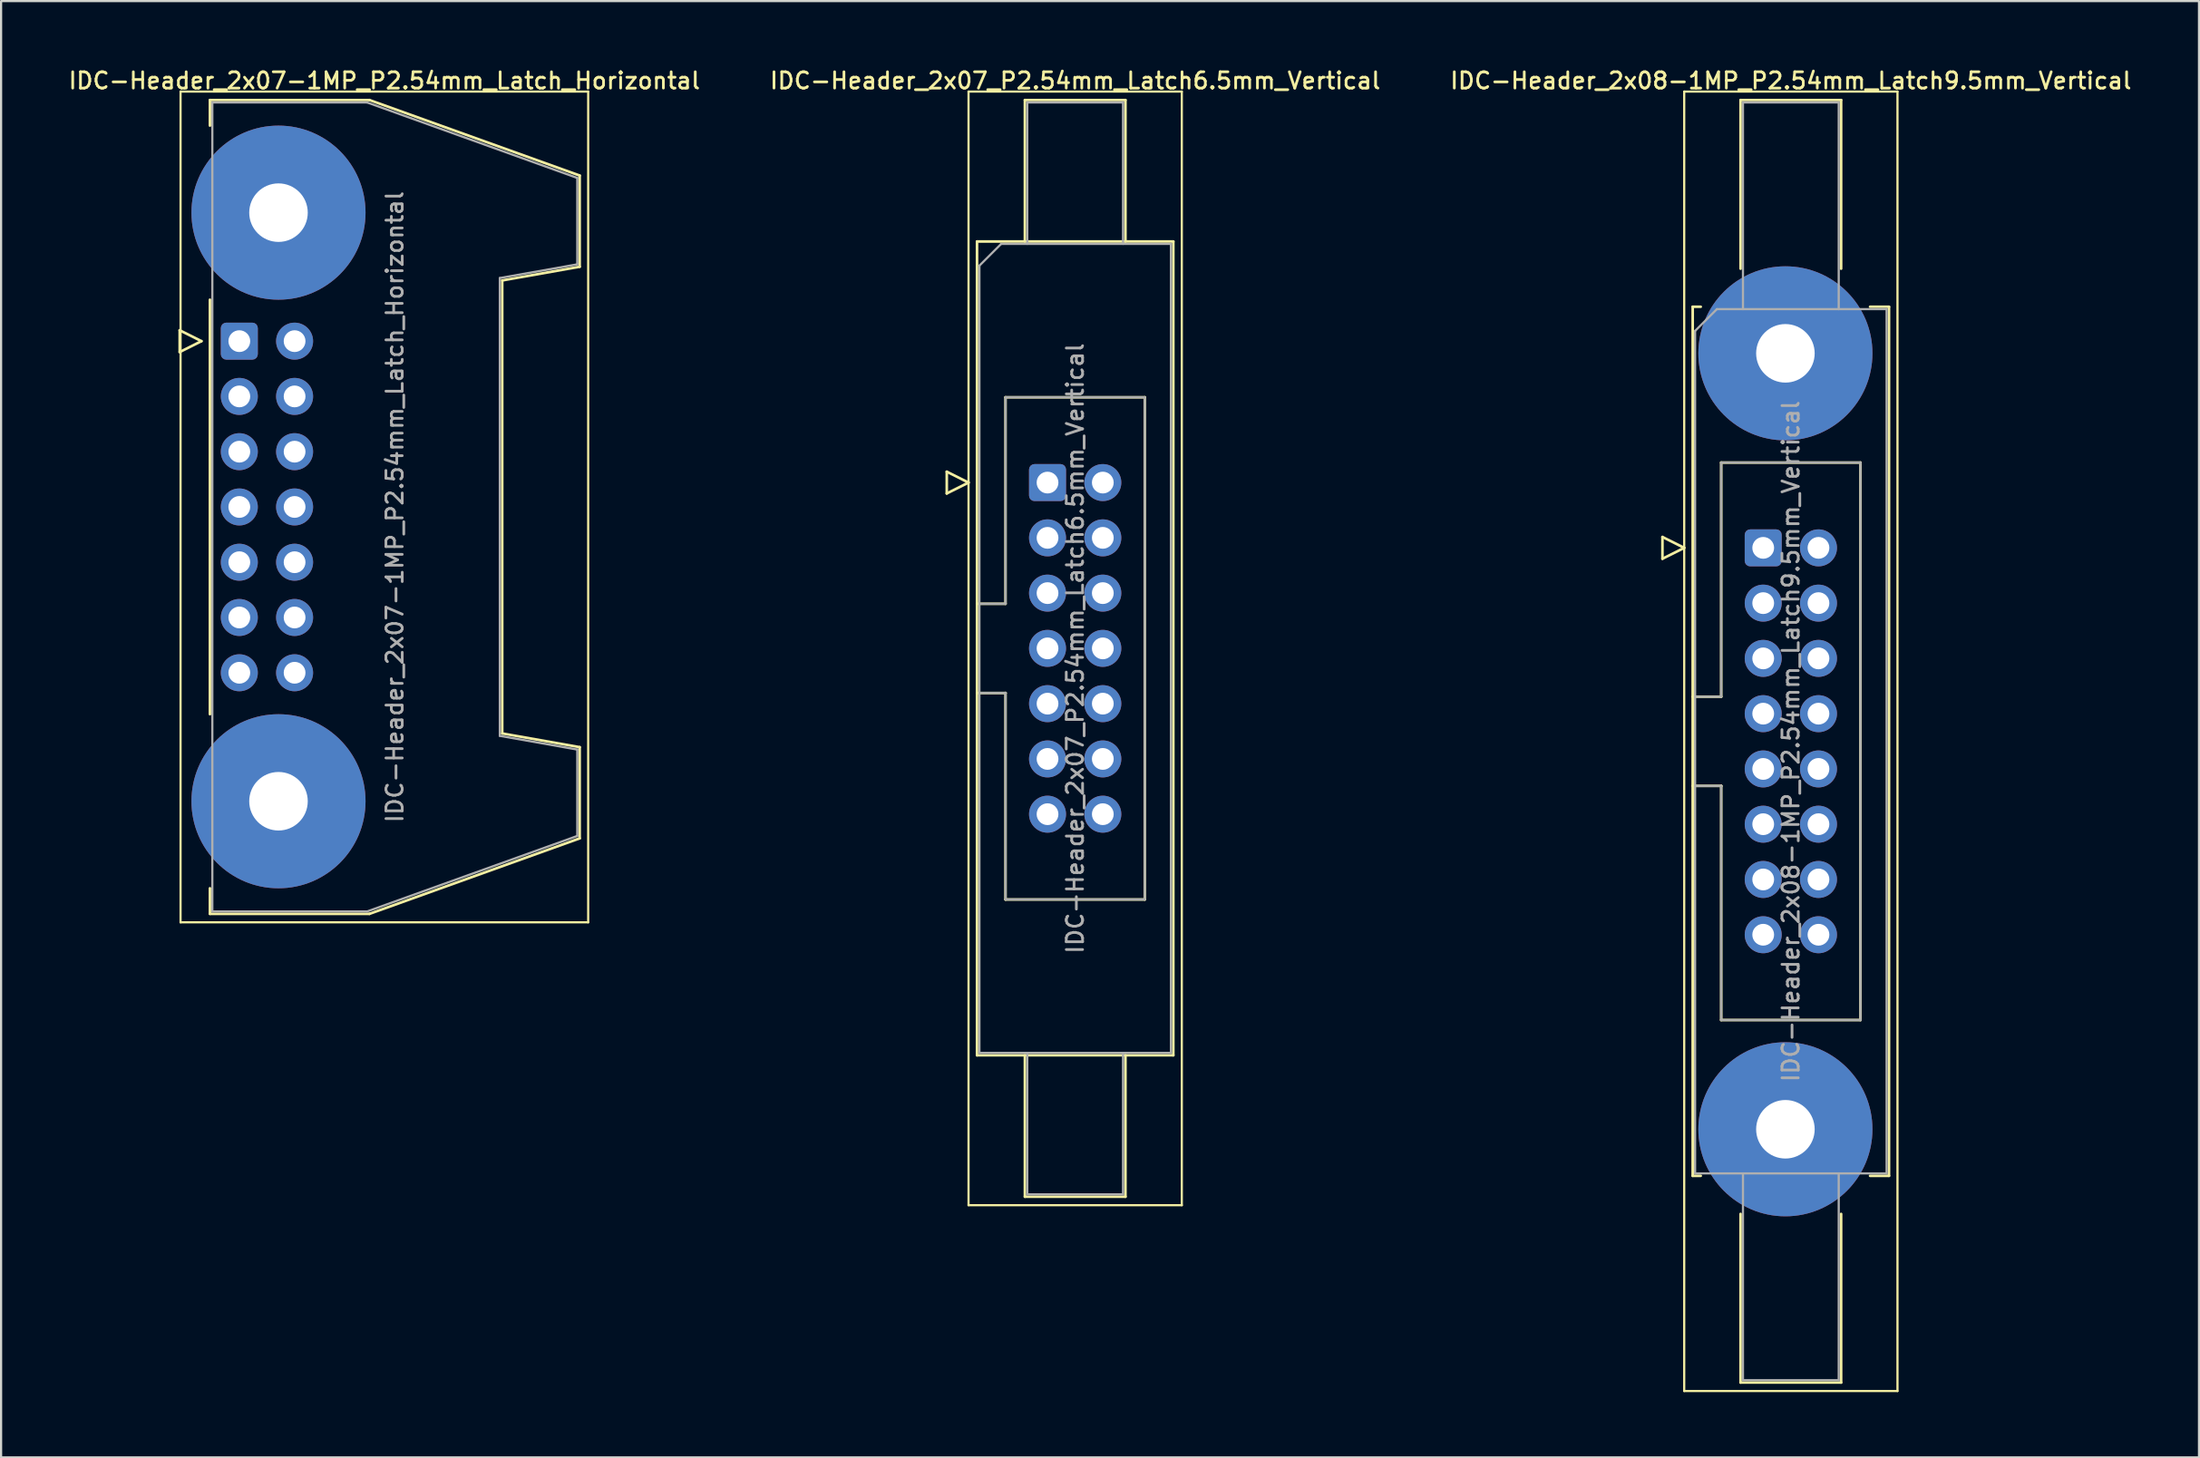
<source format=kicad_pcb>
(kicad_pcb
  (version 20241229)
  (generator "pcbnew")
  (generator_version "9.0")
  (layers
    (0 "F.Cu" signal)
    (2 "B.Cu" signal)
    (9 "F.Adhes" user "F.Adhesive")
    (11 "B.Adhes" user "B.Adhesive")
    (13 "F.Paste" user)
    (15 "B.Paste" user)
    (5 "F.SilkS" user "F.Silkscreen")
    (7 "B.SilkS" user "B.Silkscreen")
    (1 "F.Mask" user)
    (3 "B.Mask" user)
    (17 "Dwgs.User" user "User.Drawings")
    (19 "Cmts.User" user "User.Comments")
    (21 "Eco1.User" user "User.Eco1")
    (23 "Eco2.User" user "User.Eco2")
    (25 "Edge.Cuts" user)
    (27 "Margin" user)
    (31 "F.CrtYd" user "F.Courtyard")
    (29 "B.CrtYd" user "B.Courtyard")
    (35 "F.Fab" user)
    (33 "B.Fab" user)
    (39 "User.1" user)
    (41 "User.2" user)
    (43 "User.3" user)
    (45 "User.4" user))
  (footprint "IDC-Header_2x08-1MP_P2.54mm_Latch9.5mm_Vertical"
    (layer "F.Cu")
    (at 77.971 22.128)
    (property "Reference" "IDC-Header_2x08-1MP_P2.54mm_Latch9.5mm_Vertical" (at 1.27 -21.47 0) (layer "F.SilkS") (effects (font (size 0.75 0.75) (thickness 0.125))))
    (attr through_hole)
    (fp_line (start -4.63 -0.5) (end -4.63 0.5) (stroke (width 0.12) (type solid)) (layer "F.SilkS"))
    (fp_line (start -4.63 0.5) (end -3.63 0) (stroke (width 0.12) (type solid)) (layer "F.SilkS"))
    (fp_line (start -3.63 -20.97) (end -3.63 38.75) (stroke (width 0.1) (type solid)) (layer "F.SilkS"))
    (fp_line (start -3.63 0) (end -4.63 -0.5) (stroke (width 0.12) (type solid)) (layer "F.SilkS"))
    (fp_line (start -3.63 38.75) (end 6.17 38.75) (stroke (width 0.1) (type solid)) (layer "F.SilkS"))
    (fp_line (start -3.24 -11.08) (end -3.24 28.86) (stroke (width 0.12) (type solid)) (layer "F.SilkS"))
    (fp_line (start -3.24 6.84) (end -1.93 6.84) (stroke (width 0.12) (type solid)) (layer "F.SilkS"))
    (fp_line (start -3.24 28.86) (end -2.87 28.86) (stroke (width 0.12) (type solid)) (layer "F.SilkS"))
    (fp_line (start -2.87 -11.08) (end -3.24 -11.08) (stroke (width 0.12) (type solid)) (layer "F.SilkS"))
    (fp_line (start -1.93 -3.92) (end 4.47 -3.92) (stroke (width 0.12) (type solid)) (layer "F.SilkS"))
    (fp_line (start -1.93 6.84) (end -1.93 -3.92) (stroke (width 0.12) (type solid)) (layer "F.SilkS"))
    (fp_line (start -1.93 10.94) (end -3.24 10.94) (stroke (width 0.12) (type solid)) (layer "F.SilkS"))
    (fp_line (start -1.93 10.94) (end -1.93 10.94) (stroke (width 0.12) (type solid)) (layer "F.SilkS"))
    (fp_line (start -1.93 21.7) (end -1.93 10.94) (stroke (width 0.12) (type solid)) (layer "F.SilkS"))
    (fp_line (start -1.04 -20.58) (end 3.58 -20.58) (stroke (width 0.12) (type solid)) (layer "F.SilkS"))
    (fp_line (start -1.04 -12.83) (end -1.04 -20.58) (stroke (width 0.12) (type solid)) (layer "F.SilkS"))
    (fp_line (start -1.04 30.61) (end -1.04 38.36) (stroke (width 0.12) (type solid)) (layer "F.SilkS"))
    (fp_line (start -1.04 38.36) (end 3.58 38.36) (stroke (width 0.12) (type solid)) (layer "F.SilkS"))
    (fp_line (start 3.58 -20.58) (end 3.58 -12.83) (stroke (width 0.12) (type solid)) (layer "F.SilkS"))
    (fp_line (start 3.58 38.36) (end 3.58 30.61) (stroke (width 0.12) (type solid)) (layer "F.SilkS"))
    (fp_line (start 4.47 -3.92) (end 4.47 21.7) (stroke (width 0.12) (type solid)) (layer "F.SilkS"))
    (fp_line (start 4.47 21.7) (end -1.93 21.7) (stroke (width 0.12) (type solid)) (layer "F.SilkS"))
    (fp_line (start 4.91 -11.08) (end 5.78 -11.08) (stroke (width 0.12) (type solid)) (layer "F.SilkS"))
    (fp_line (start 5.78 -11.08) (end 5.78 28.86) (stroke (width 0.12) (type solid)) (layer "F.SilkS"))
    (fp_line (start 5.78 28.86) (end 4.91 28.86) (stroke (width 0.12) (type solid)) (layer "F.SilkS"))
    (fp_line (start 6.17 -20.97) (end -3.63 -20.97) (stroke (width 0.1) (type solid)) (layer "F.SilkS"))
    (fp_line (start 6.17 38.75) (end 6.17 -20.97) (stroke (width 0.1) (type solid)) (layer "F.SilkS"))
    (fp_line (start -3.13 -9.97) (end -2.13 -10.97) (stroke (width 0.1) (type solid)) (layer "F.Fab"))
    (fp_line (start -3.13 6.84) (end -1.93 6.84) (stroke (width 0.1) (type solid)) (layer "F.Fab"))
    (fp_line (start -3.13 28.75) (end -3.13 -9.97) (stroke (width 0.1) (type solid)) (layer "F.Fab"))
    (fp_line (start -2.13 -10.97) (end 5.67 -10.97) (stroke (width 0.1) (type solid)) (layer "F.Fab"))
    (fp_line (start -1.93 -3.92) (end 4.47 -3.92) (stroke (width 0.1) (type solid)) (layer "F.Fab"))
    (fp_line (start -1.93 6.84) (end -1.93 -3.92) (stroke (width 0.1) (type solid)) (layer "F.Fab"))
    (fp_line (start -1.93 10.94) (end -3.13 10.94) (stroke (width 0.1) (type solid)) (layer "F.Fab"))
    (fp_line (start -1.93 10.94) (end -1.93 10.94) (stroke (width 0.1) (type solid)) (layer "F.Fab"))
    (fp_line (start -1.93 21.7) (end -1.93 10.94) (stroke (width 0.1) (type solid)) (layer "F.Fab"))
    (fp_line (start -0.93 -20.47) (end 3.47 -20.47) (stroke (width 0.1) (type solid)) (layer "F.Fab"))
    (fp_line (start -0.93 -10.97) (end -0.93 -20.47) (stroke (width 0.1) (type solid)) (layer "F.Fab"))
    (fp_line (start -0.93 28.75) (end -0.93 38.25) (stroke (width 0.1) (type solid)) (layer "F.Fab"))
    (fp_line (start -0.93 38.25) (end 3.47 38.25) (stroke (width 0.1) (type solid)) (layer "F.Fab"))
    (fp_line (start 3.47 -20.47) (end 3.47 -10.97) (stroke (width 0.1) (type solid)) (layer "F.Fab"))
    (fp_line (start 3.47 38.25) (end 3.47 28.75) (stroke (width 0.1) (type solid)) (layer "F.Fab"))
    (fp_line (start 4.47 -3.92) (end 4.47 21.7) (stroke (width 0.1) (type solid)) (layer "F.Fab"))
    (fp_line (start 4.47 21.7) (end -1.93 21.7) (stroke (width 0.1) (type solid)) (layer "F.Fab"))
    (fp_line (start 5.67 -10.97) (end 5.67 28.75) (stroke (width 0.1) (type solid)) (layer "F.Fab"))
    (fp_line (start 5.67 28.75) (end -3.13 28.75) (stroke (width 0.1) (type solid)) (layer "F.Fab"))
    (fp_text user "${REFERENCE}" (at 1.27 8.89 90) (layer "F.Fab") (effects (font (size 0.75 0.75) (thickness 0.125))))
    (pad "1" thru_hole roundrect (at 0 0) (size 1.7 1.7) (drill 1) (layers "*.Cu" "*.Mask") (roundrect_rratio 0.147))
    (pad "2" thru_hole circle (at 2.54 0) (size 1.7 1.7) (drill 1) (layers "*.Cu" "*.Mask"))
    (pad "3" thru_hole circle (at 0 2.54) (size 1.7 1.7) (drill 1) (layers "*.Cu" "*.Mask"))
    (pad "4" thru_hole circle (at 2.54 2.54) (size 1.7 1.7) (drill 1) (layers "*.Cu" "*.Mask"))
    (pad "5" thru_hole circle (at 0 5.08) (size 1.7 1.7) (drill 1) (layers "*.Cu" "*.Mask"))
    (pad "6" thru_hole circle (at 2.54 5.08) (size 1.7 1.7) (drill 1) (layers "*.Cu" "*.Mask"))
    (pad "7" thru_hole circle (at 0 7.62) (size 1.7 1.7) (drill 1) (layers "*.Cu" "*.Mask"))
    (pad "8" thru_hole circle (at 2.54 7.62) (size 1.7 1.7) (drill 1) (layers "*.Cu" "*.Mask"))
    (pad "9" thru_hole circle (at 0 10.16) (size 1.7 1.7) (drill 1) (layers "*.Cu" "*.Mask"))
    (pad "10" thru_hole circle (at 2.54 10.16) (size 1.7 1.7) (drill 1) (layers "*.Cu" "*.Mask"))
    (pad "11" thru_hole circle (at 0 12.7) (size 1.7 1.7) (drill 1) (layers "*.Cu" "*.Mask"))
    (pad "12" thru_hole circle (at 2.54 12.7) (size 1.7 1.7) (drill 1) (layers "*.Cu" "*.Mask"))
    (pad "13" thru_hole circle (at 0 15.24) (size 1.7 1.7) (drill 1) (layers "*.Cu" "*.Mask"))
    (pad "14" thru_hole circle (at 2.54 15.24) (size 1.7 1.7) (drill 1) (layers "*.Cu" "*.Mask"))
    (pad "15" thru_hole circle (at 0 17.78) (size 1.7 1.7) (drill 1) (layers "*.Cu" "*.Mask"))
    (pad "16" thru_hole circle (at 2.54 17.78) (size 1.7 1.7) (drill 1) (layers "*.Cu" "*.Mask"))
    (pad "MP" thru_hole circle (at 1.02 -8.94) (size 8 8) (drill 2.69) (layers "*.Cu" "*.Mask"))
    (pad "MP" thru_hole circle (at 1.02 26.72) (size 8 8) (drill 2.69) (layers "*.Cu" "*.Mask")))
  (footprint "IDC-Header_2x07-1MP_P2.54mm_Latch_Horizontal"
    (layer "F.Cu")
    (at 7.947 12.628)
    (property "Reference" "IDC-Header_2x07-1MP_P2.54mm_Latch_Horizontal" (at 6.665 -11.97 0) (layer "F.SilkS") (effects (font (size 0.75 0.75) (thickness 0.125))))
    (attr through_hole)
    (fp_line (start -2.74 -0.5) (end -2.74 0.5) (stroke (width 0.12) (type solid)) (layer "F.SilkS"))
    (fp_line (start -2.74 0.5) (end -1.74 0) (stroke (width 0.12) (type solid)) (layer "F.SilkS"))
    (fp_line (start -2.7 -11.47) (end -2.7 26.71) (stroke (width 0.1) (type solid)) (layer "F.SilkS"))
    (fp_line (start -2.7 26.71) (end 16.03 26.71) (stroke (width 0.1) (type solid)) (layer "F.SilkS"))
    (fp_line (start -1.74 0) (end -2.74 -0.5) (stroke (width 0.12) (type solid)) (layer "F.SilkS"))
    (fp_line (start -1.35 -11.08) (end -1.35 -9.905) (stroke (width 0.12) (type solid)) (layer "F.SilkS"))
    (fp_line (start -1.35 -11.08) (end 5.98 -11.08) (stroke (width 0.12) (type solid)) (layer "F.SilkS"))
    (fp_line (start -1.35 -1.905) (end -1.35 17.145) (stroke (width 0.12) (type solid)) (layer "F.SilkS"))
    (fp_line (start -1.35 25.145) (end -1.35 26.32) (stroke (width 0.12) (type solid)) (layer "F.SilkS"))
    (fp_line (start 5.98 -11.08) (end 15.64 -7.61) (stroke (width 0.12) (type solid)) (layer "F.SilkS"))
    (fp_line (start 5.98 26.32) (end -1.35 26.32) (stroke (width 0.12) (type solid)) (layer "F.SilkS"))
    (fp_line (start 12.08 -2.79) (end 12.08 18.03) (stroke (width 0.12) (type solid)) (layer "F.SilkS"))
    (fp_line (start 12.08 18.03) (end 15.64 18.66) (stroke (width 0.12) (type solid)) (layer "F.SilkS"))
    (fp_line (start 15.64 -7.61) (end 15.64 -3.42) (stroke (width 0.12) (type solid)) (layer "F.SilkS"))
    (fp_line (start 15.64 -3.42) (end 12.08 -2.79) (stroke (width 0.12) (type solid)) (layer "F.SilkS"))
    (fp_line (start 15.64 18.66) (end 15.64 22.85) (stroke (width 0.12) (type solid)) (layer "F.SilkS"))
    (fp_line (start 15.64 22.85) (end 5.98 26.32) (stroke (width 0.12) (type solid)) (layer "F.SilkS"))
    (fp_line (start 16.03 -11.47) (end -2.7 -11.47) (stroke (width 0.1) (type solid)) (layer "F.SilkS"))
    (fp_line (start 16.03 26.71) (end 16.03 -11.47) (stroke (width 0.1) (type solid)) (layer "F.SilkS"))
    (fp_line (start -1.24 -10.97) (end 5.87 -10.97) (stroke (width 0.1) (type solid)) (layer "F.Fab"))
    (fp_line (start -1.24 26.21) (end -1.24 -10.97) (stroke (width 0.1) (type solid)) (layer "F.Fab"))
    (fp_line (start 5.87 -10.97) (end 15.53 -7.5) (stroke (width 0.1) (type solid)) (layer "F.Fab"))
    (fp_line (start 5.87 26.21) (end -1.24 26.21) (stroke (width 0.1) (type solid)) (layer "F.Fab"))
    (fp_line (start 11.97 -2.9) (end 11.97 18.14) (stroke (width 0.1) (type solid)) (layer "F.Fab"))
    (fp_line (start 11.97 18.14) (end 15.53 18.77) (stroke (width 0.1) (type solid)) (layer "F.Fab"))
    (fp_line (start 15.53 -7.5) (end 15.53 -3.53) (stroke (width 0.1) (type solid)) (layer "F.Fab"))
    (fp_line (start 15.53 -3.53) (end 11.97 -2.9) (stroke (width 0.1) (type solid)) (layer "F.Fab"))
    (fp_line (start 15.53 18.77) (end 15.53 22.74) (stroke (width 0.1) (type solid)) (layer "F.Fab"))
    (fp_line (start 15.53 22.74) (end 5.87 26.21) (stroke (width 0.1) (type solid)) (layer "F.Fab"))
    (fp_text user "${REFERENCE}" (at 7.145 7.62 90) (layer "F.Fab") (effects (font (size 0.75 0.75) (thickness 0.125))))
    (pad "1" thru_hole roundrect (at 0 0) (size 1.7 1.7) (drill 1) (layers "*.Cu" "*.Mask") (roundrect_rratio 0.147))
    (pad "2" thru_hole circle (at 2.54 0) (size 1.7 1.7) (drill 1) (layers "*.Cu" "*.Mask"))
    (pad "3" thru_hole circle (at 0 2.54) (size 1.7 1.7) (drill 1) (layers "*.Cu" "*.Mask"))
    (pad "4" thru_hole circle (at 2.54 2.54) (size 1.7 1.7) (drill 1) (layers "*.Cu" "*.Mask"))
    (pad "5" thru_hole circle (at 0 5.08) (size 1.7 1.7) (drill 1) (layers "*.Cu" "*.Mask"))
    (pad "6" thru_hole circle (at 2.54 5.08) (size 1.7 1.7) (drill 1) (layers "*.Cu" "*.Mask"))
    (pad "7" thru_hole circle (at 0 7.62) (size 1.7 1.7) (drill 1) (layers "*.Cu" "*.Mask"))
    (pad "8" thru_hole circle (at 2.54 7.62) (size 1.7 1.7) (drill 1) (layers "*.Cu" "*.Mask"))
    (pad "9" thru_hole circle (at 0 10.16) (size 1.7 1.7) (drill 1) (layers "*.Cu" "*.Mask"))
    (pad "10" thru_hole circle (at 2.54 10.16) (size 1.7 1.7) (drill 1) (layers "*.Cu" "*.Mask"))
    (pad "11" thru_hole circle (at 0 12.7) (size 1.7 1.7) (drill 1) (layers "*.Cu" "*.Mask"))
    (pad "12" thru_hole circle (at 2.54 12.7) (size 1.7 1.7) (drill 1) (layers "*.Cu" "*.Mask"))
    (pad "13" thru_hole circle (at 0 15.24) (size 1.7 1.7) (drill 1) (layers "*.Cu" "*.Mask"))
    (pad "14" thru_hole circle (at 2.54 15.24) (size 1.7 1.7) (drill 1) (layers "*.Cu" "*.Mask"))
    (pad "MP" thru_hole circle (at 1.8 -5.905) (size 8 8) (drill 2.69) (layers "*.Cu" "*.Mask"))
    (pad "MP" thru_hole circle (at 1.8 21.145) (size 8 8) (drill 2.69) (layers "*.Cu" "*.Mask")))
  (footprint "IDC-Header_2x07_P2.54mm_Latch6.5mm_Vertical"
    (layer "F.Cu")
    (at 45.085 19.128)
    (property "Reference" "IDC-Header_2x07_P2.54mm_Latch6.5mm_Vertical" (at 1.27 -18.47 0) (layer "F.SilkS") (effects (font (size 0.75 0.75) (thickness 0.125))))
    (attr through_hole)
    (fp_line (start -4.63 -0.5) (end -4.63 0.5) (stroke (width 0.12) (type solid)) (layer "F.SilkS"))
    (fp_line (start -4.63 0.5) (end -3.63 0) (stroke (width 0.12) (type solid)) (layer "F.SilkS"))
    (fp_line (start -3.63 -17.97) (end -3.63 33.21) (stroke (width 0.1) (type solid)) (layer "F.SilkS"))
    (fp_line (start -3.63 0) (end -4.63 -0.5) (stroke (width 0.12) (type solid)) (layer "F.SilkS"))
    (fp_line (start -3.63 33.21) (end 6.17 33.21) (stroke (width 0.1) (type solid)) (layer "F.SilkS"))
    (fp_line (start -3.24 -11.08) (end 5.78 -11.08) (stroke (width 0.12) (type solid)) (layer "F.SilkS"))
    (fp_line (start -3.24 5.57) (end -1.93 5.57) (stroke (width 0.12) (type solid)) (layer "F.SilkS"))
    (fp_line (start -3.24 26.32) (end -3.24 -11.08) (stroke (width 0.12) (type solid)) (layer "F.SilkS"))
    (fp_line (start -1.93 -3.92) (end 4.47 -3.92) (stroke (width 0.12) (type solid)) (layer "F.SilkS"))
    (fp_line (start -1.93 5.57) (end -1.93 -3.92) (stroke (width 0.12) (type solid)) (layer "F.SilkS"))
    (fp_line (start -1.93 9.67) (end -3.24 9.67) (stroke (width 0.12) (type solid)) (layer "F.SilkS"))
    (fp_line (start -1.93 9.67) (end -1.93 9.67) (stroke (width 0.12) (type solid)) (layer "F.SilkS"))
    (fp_line (start -1.93 19.16) (end -1.93 9.67) (stroke (width 0.12) (type solid)) (layer "F.SilkS"))
    (fp_line (start -1.04 -17.58) (end 3.58 -17.58) (stroke (width 0.12) (type solid)) (layer "F.SilkS"))
    (fp_line (start -1.04 -11.08) (end -1.04 -17.58) (stroke (width 0.12) (type solid)) (layer "F.SilkS"))
    (fp_line (start -1.04 26.32) (end -1.04 32.82) (stroke (width 0.12) (type solid)) (layer "F.SilkS"))
    (fp_line (start -1.04 32.82) (end 3.58 32.82) (stroke (width 0.12) (type solid)) (layer "F.SilkS"))
    (fp_line (start 3.58 -17.58) (end 3.58 -11.08) (stroke (width 0.12) (type solid)) (layer "F.SilkS"))
    (fp_line (start 3.58 32.82) (end 3.58 26.32) (stroke (width 0.12) (type solid)) (layer "F.SilkS"))
    (fp_line (start 4.47 -3.92) (end 4.47 19.16) (stroke (width 0.12) (type solid)) (layer "F.SilkS"))
    (fp_line (start 4.47 19.16) (end -1.93 19.16) (stroke (width 0.12) (type solid)) (layer "F.SilkS"))
    (fp_line (start 5.78 -11.08) (end 5.78 26.32) (stroke (width 0.12) (type solid)) (layer "F.SilkS"))
    (fp_line (start 5.78 26.32) (end -3.24 26.32) (stroke (width 0.12) (type solid)) (layer "F.SilkS"))
    (fp_line (start 6.17 -17.97) (end -3.63 -17.97) (stroke (width 0.1) (type solid)) (layer "F.SilkS"))
    (fp_line (start 6.17 33.21) (end 6.17 -17.97) (stroke (width 0.1) (type solid)) (layer "F.SilkS"))
    (fp_line (start -3.13 -9.97) (end -2.13 -10.97) (stroke (width 0.1) (type solid)) (layer "F.Fab"))
    (fp_line (start -3.13 5.57) (end -1.93 5.57) (stroke (width 0.1) (type solid)) (layer "F.Fab"))
    (fp_line (start -3.13 26.21) (end -3.13 -9.97) (stroke (width 0.1) (type solid)) (layer "F.Fab"))
    (fp_line (start -2.13 -10.97) (end 5.67 -10.97) (stroke (width 0.1) (type solid)) (layer "F.Fab"))
    (fp_line (start -1.93 -3.92) (end 4.47 -3.92) (stroke (width 0.1) (type solid)) (layer "F.Fab"))
    (fp_line (start -1.93 5.57) (end -1.93 -3.92) (stroke (width 0.1) (type solid)) (layer "F.Fab"))
    (fp_line (start -1.93 9.67) (end -3.13 9.67) (stroke (width 0.1) (type solid)) (layer "F.Fab"))
    (fp_line (start -1.93 9.67) (end -1.93 9.67) (stroke (width 0.1) (type solid)) (layer "F.Fab"))
    (fp_line (start -1.93 19.16) (end -1.93 9.67) (stroke (width 0.1) (type solid)) (layer "F.Fab"))
    (fp_line (start -0.93 -17.47) (end 3.47 -17.47) (stroke (width 0.1) (type solid)) (layer "F.Fab"))
    (fp_line (start -0.93 -10.97) (end -0.93 -17.47) (stroke (width 0.1) (type solid)) (layer "F.Fab"))
    (fp_line (start -0.93 26.21) (end -0.93 32.71) (stroke (width 0.1) (type solid)) (layer "F.Fab"))
    (fp_line (start -0.93 32.71) (end 3.47 32.71) (stroke (width 0.1) (type solid)) (layer "F.Fab"))
    (fp_line (start 3.47 -17.47) (end 3.47 -10.97) (stroke (width 0.1) (type solid)) (layer "F.Fab"))
    (fp_line (start 3.47 32.71) (end 3.47 26.21) (stroke (width 0.1) (type solid)) (layer "F.Fab"))
    (fp_line (start 4.47 -3.92) (end 4.47 19.16) (stroke (width 0.1) (type solid)) (layer "F.Fab"))
    (fp_line (start 4.47 19.16) (end -1.93 19.16) (stroke (width 0.1) (type solid)) (layer "F.Fab"))
    (fp_line (start 5.67 -10.97) (end 5.67 26.21) (stroke (width 0.1) (type solid)) (layer "F.Fab"))
    (fp_line (start 5.67 26.21) (end -3.13 26.21) (stroke (width 0.1) (type solid)) (layer "F.Fab"))
    (fp_text user "${REFERENCE}" (at 1.27 7.62 90) (layer "F.Fab") (effects (font (size 0.75 0.75) (thickness 0.125))))
    (pad "1" thru_hole roundrect (at 0 0) (size 1.7 1.7) (drill 1) (layers "*.Cu" "*.Mask") (roundrect_rratio 0.147))
    (pad "2" thru_hole circle (at 2.54 0) (size 1.7 1.7) (drill 1) (layers "*.Cu" "*.Mask"))
    (pad "3" thru_hole circle (at 0 2.54) (size 1.7 1.7) (drill 1) (layers "*.Cu" "*.Mask"))
    (pad "4" thru_hole circle (at 2.54 2.54) (size 1.7 1.7) (drill 1) (layers "*.Cu" "*.Mask"))
    (pad "5" thru_hole circle (at 0 5.08) (size 1.7 1.7) (drill 1) (layers "*.Cu" "*.Mask"))
    (pad "6" thru_hole circle (at 2.54 5.08) (size 1.7 1.7) (drill 1) (layers "*.Cu" "*.Mask"))
    (pad "7" thru_hole circle (at 0 7.62) (size 1.7 1.7) (drill 1) (layers "*.Cu" "*.Mask"))
    (pad "8" thru_hole circle (at 2.54 7.62) (size 1.7 1.7) (drill 1) (layers "*.Cu" "*.Mask"))
    (pad "9" thru_hole circle (at 0 10.16) (size 1.7 1.7) (drill 1) (layers "*.Cu" "*.Mask"))
    (pad "10" thru_hole circle (at 2.54 10.16) (size 1.7 1.7) (drill 1) (layers "*.Cu" "*.Mask"))
    (pad "11" thru_hole circle (at 0 12.7) (size 1.7 1.7) (drill 1) (layers "*.Cu" "*.Mask"))
    (pad "12" thru_hole circle (at 2.54 12.7) (size 1.7 1.7) (drill 1) (layers "*.Cu" "*.Mask"))
    (pad "13" thru_hole circle (at 0 15.24) (size 1.7 1.7) (drill 1) (layers "*.Cu" "*.Mask"))
    (pad "14" thru_hole circle (at 2.54 15.24) (size 1.7 1.7) (drill 1) (layers "*.Cu" "*.Mask")))
  (gr_rect
    (start -3 -3)
    (end 97.996 63.928)
    (stroke (width 0.1) (type default))
    (fill no)
    (layer "Edge.Cuts")))
</source>
